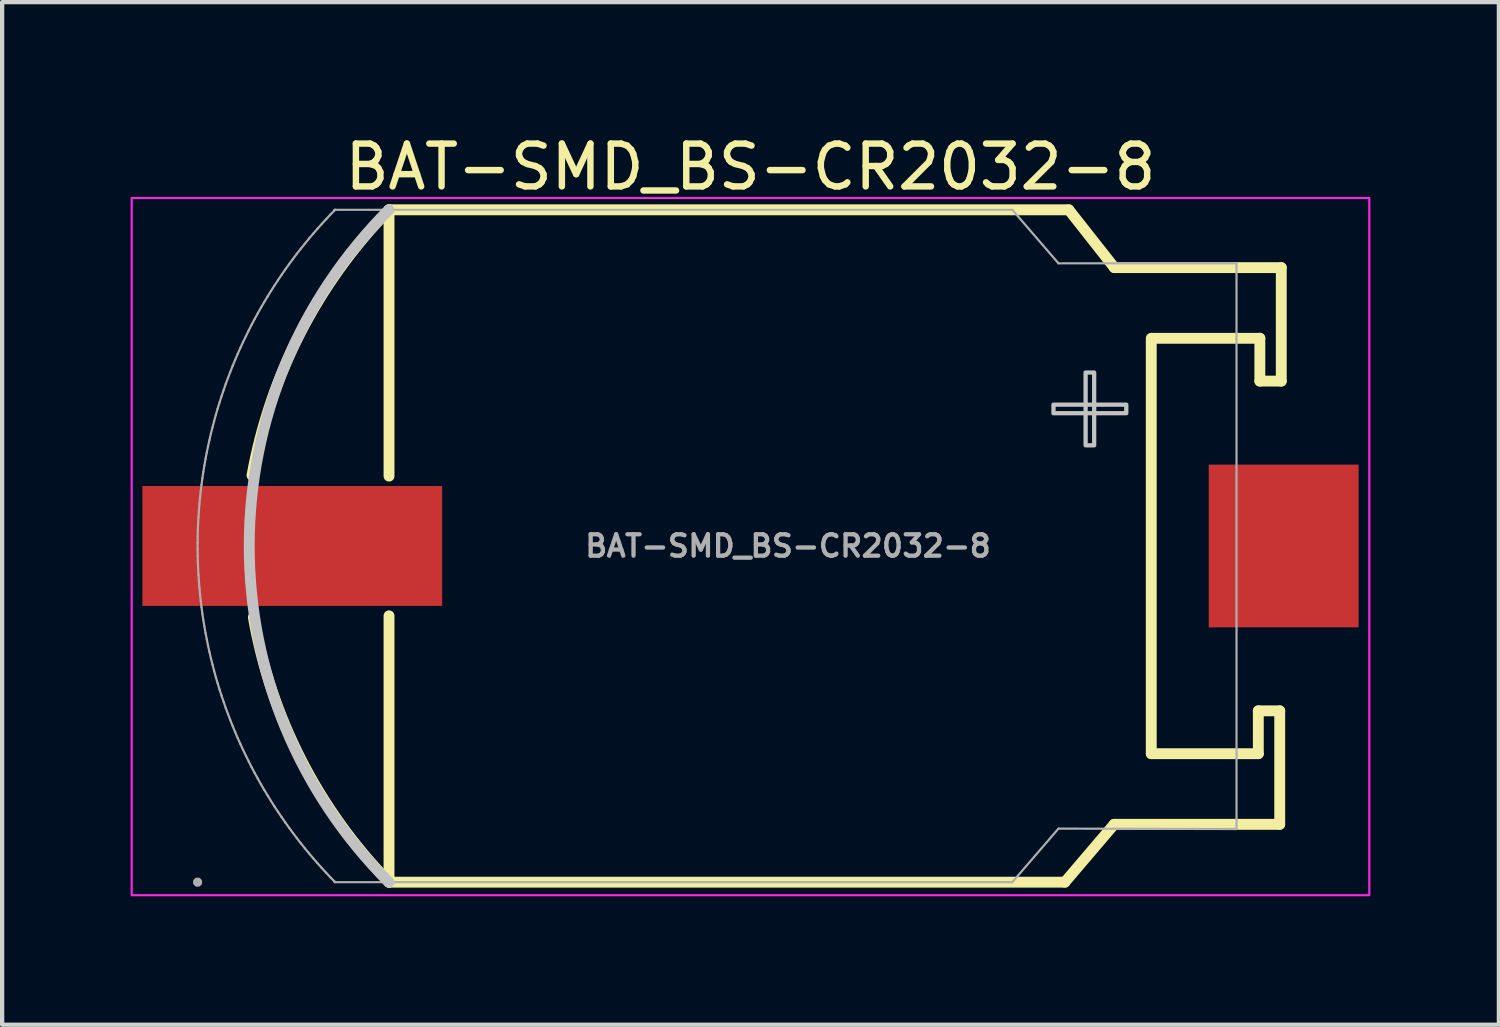
<source format=kicad_pcb>
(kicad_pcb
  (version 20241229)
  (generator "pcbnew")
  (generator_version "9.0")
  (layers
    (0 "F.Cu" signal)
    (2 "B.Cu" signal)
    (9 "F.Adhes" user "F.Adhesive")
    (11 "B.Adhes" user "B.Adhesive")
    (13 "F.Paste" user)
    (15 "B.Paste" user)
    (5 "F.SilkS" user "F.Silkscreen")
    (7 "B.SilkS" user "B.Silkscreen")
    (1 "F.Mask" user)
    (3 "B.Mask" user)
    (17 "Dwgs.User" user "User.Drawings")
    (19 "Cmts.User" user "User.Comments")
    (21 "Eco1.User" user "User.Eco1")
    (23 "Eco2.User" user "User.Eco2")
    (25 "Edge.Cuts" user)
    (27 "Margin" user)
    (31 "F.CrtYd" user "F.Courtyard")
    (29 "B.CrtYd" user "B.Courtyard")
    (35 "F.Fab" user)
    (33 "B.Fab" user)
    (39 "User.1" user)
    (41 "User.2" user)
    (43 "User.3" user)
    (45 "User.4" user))
  (footprint "BAT-SMD_BS-CR2032-8"
    (layer "F.Cu")
    (at 15.35 9.699)
    (property "Reference" "BAT-SMD_BS-CR2032-8" (at -0.875 -8.851 0) (layer "F.SilkS") (effects (font (size 1 1) (thickness 0.15))))
    (fp_line (start -9.317 -7.85) (end 6.558 -7.85) (stroke (width 0.254) (type default)) (layer "F.SilkS"))
    (fp_line (start -9.316 -1.631) (end -9.316 -7.85) (stroke (width 0.254) (type default)) (layer "F.SilkS"))
    (fp_line (start -9.316 7.85) (end -9.316 1.631) (stroke (width 0.254) (type default)) (layer "F.SilkS"))
    (fp_line (start 6.466 7.85) (end -9.316 7.85) (stroke (width 0.254) (type default)) (layer "F.SilkS"))
    (fp_line (start 6.466 7.85) (end 7.617 6.5) (stroke (width 0.254) (type default)) (layer "F.SilkS"))
    (fp_line (start 6.558 -7.85) (end 7.621 -6.5) (stroke (width 0.254) (type default)) (layer "F.SilkS"))
    (fp_line (start 7.617 6.5) (end 11.483 6.5) (stroke (width 0.254) (type default)) (layer "F.SilkS"))
    (fp_line (start 7.621 -6.5) (end 11.519 -6.5) (stroke (width 0.254) (type default)) (layer "F.SilkS"))
    (fp_line (start 8.483 4.85) (end 8.483 -4.85) (stroke (width 0.254) (type default)) (layer "F.SilkS"))
    (fp_line (start 10.983 3.85) (end 10.983 4.85) (stroke (width 0.254) (type default)) (layer "F.SilkS"))
    (fp_line (start 10.983 4.85) (end 8.483 4.85) (stroke (width 0.254) (type default)) (layer "F.SilkS"))
    (fp_line (start 11.019 -4.85) (end 8.519 -4.85) (stroke (width 0.254) (type default)) (layer "F.SilkS"))
    (fp_line (start 11.019 -3.85) (end 11.019 -4.85) (stroke (width 0.254) (type default)) (layer "F.SilkS"))
    (fp_line (start 11.483 3.85) (end 10.983 3.85) (stroke (width 0.254) (type default)) (layer "F.SilkS"))
    (fp_line (start 11.483 6.5) (end 11.483 3.85) (stroke (width 0.254) (type default)) (layer "F.SilkS"))
    (fp_line (start 11.519 -6.5) (end 11.519 -3.85) (stroke (width 0.254) (type default)) (layer "F.SilkS"))
    (fp_line (start 11.519 -3.85) (end 11.019 -3.85) (stroke (width 0.254) (type default)) (layer "F.SilkS"))
    (fp_arc (start -12.5155 -1.649) (mid -11.380456 -4.98925) (end -9.316 -7.85) (stroke (width 0.254) (type default)) (layer "F.SilkS"))
    (fp_arc (start -9.316 7.85) (mid -11.366564 4.997119) (end -12.4835 1.666) (stroke (width 0.254) (type default)) (layer "F.SilkS"))
    (fp_arc (start -9.317 7.851) (mid -12.579946 0.0005) (end -9.317 -7.85) (stroke (width 0.254) (type default)) (layer "Dwgs.User"))
    (fp_poly (pts (xy 6.2 -3.1) (xy 6.2 -3.3) (xy 7.9 -3.3) (xy 7.9 -3.1)) (stroke (width 0.1) (type default)) (fill no) (layer "Dwgs.User"))
    (fp_poly (pts (xy 7.15 -2.35) (xy 6.95 -2.35) (xy 6.95 -4.05) (xy 7.15 -4.05)) (stroke (width 0.1) (type default)) (fill no) (layer "Dwgs.User"))
    (fp_rect (start -15.325 -8.126) (end 13.575 8.155) (stroke (width 0.05) (type default)) (fill no) (layer "F.CrtYd"))
    (fp_line (start -13.786 -0.075) (end -13.786 0.075) (stroke (width 0.051) (type default)) (layer "F.Fab"))
    (fp_line (start -13.786 0.075) (end -13.784 0.227) (stroke (width 0.051) (type default)) (layer "F.Fab"))
    (fp_line (start -13.784 -0.227) (end -13.786 -0.075) (stroke (width 0.051) (type default)) (layer "F.Fab"))
    (fp_line (start -13.784 0.227) (end -13.78 0.378) (stroke (width 0.051) (type default)) (layer "F.Fab"))
    (fp_line (start -13.78 -0.378) (end -13.784 -0.227) (stroke (width 0.051) (type default)) (layer "F.Fab"))
    (fp_line (start -13.78 0.378) (end -13.774 0.529) (stroke (width 0.051) (type default)) (layer "F.Fab"))
    (fp_line (start -13.774 -0.529) (end -13.78 -0.378) (stroke (width 0.051) (type default)) (layer "F.Fab"))
    (fp_line (start -13.774 0.529) (end -13.765 0.68) (stroke (width 0.051) (type default)) (layer "F.Fab"))
    (fp_line (start -13.765 -0.68) (end -13.774 -0.529) (stroke (width 0.051) (type default)) (layer "F.Fab"))
    (fp_line (start -13.765 0.68) (end -13.755 0.831) (stroke (width 0.051) (type default)) (layer "F.Fab"))
    (fp_line (start -13.755 -0.832) (end -13.765 -0.68) (stroke (width 0.051) (type default)) (layer "F.Fab"))
    (fp_line (start -13.755 0.831) (end -13.743 0.982) (stroke (width 0.051) (type default)) (layer "F.Fab"))
    (fp_line (start -13.743 -0.982) (end -13.755 -0.832) (stroke (width 0.051) (type default)) (layer "F.Fab"))
    (fp_line (start -13.743 0.982) (end -13.729 1.133) (stroke (width 0.051) (type default)) (layer "F.Fab"))
    (fp_line (start -13.729 -1.133) (end -13.743 -0.982) (stroke (width 0.051) (type default)) (layer "F.Fab"))
    (fp_line (start -13.729 1.133) (end -13.713 1.283) (stroke (width 0.051) (type default)) (layer "F.Fab"))
    (fp_line (start -13.713 -1.283) (end -13.729 -1.133) (stroke (width 0.051) (type default)) (layer "F.Fab"))
    (fp_line (start -13.713 1.283) (end -13.694 1.433) (stroke (width 0.051) (type default)) (layer "F.Fab"))
    (fp_line (start -13.694 -1.433) (end -13.713 -1.283) (stroke (width 0.051) (type default)) (layer "F.Fab"))
    (fp_line (start -13.694 1.433) (end -13.674 1.583) (stroke (width 0.051) (type default)) (layer "F.Fab"))
    (fp_line (start -13.674 -1.583) (end -13.694 -1.433) (stroke (width 0.051) (type default)) (layer "F.Fab"))
    (fp_line (start -13.674 1.583) (end -13.652 1.732) (stroke (width 0.051) (type default)) (layer "F.Fab"))
    (fp_line (start -13.652 -1.732) (end -13.674 -1.583) (stroke (width 0.051) (type default)) (layer "F.Fab"))
    (fp_line (start -13.652 1.732) (end -13.627 1.882) (stroke (width 0.051) (type default)) (layer "F.Fab"))
    (fp_line (start -13.627 -1.882) (end -13.652 -1.732) (stroke (width 0.051) (type default)) (layer "F.Fab"))
    (fp_line (start -13.627 1.882) (end -13.601 2.031) (stroke (width 0.051) (type default)) (layer "F.Fab"))
    (fp_line (start -13.601 -2.031) (end -13.627 -1.882) (stroke (width 0.051) (type default)) (layer "F.Fab"))
    (fp_line (start -13.601 2.031) (end -13.572 2.179) (stroke (width 0.051) (type default)) (layer "F.Fab"))
    (fp_line (start -13.572 -2.179) (end -13.601 -2.031) (stroke (width 0.051) (type default)) (layer "F.Fab"))
    (fp_line (start -13.572 2.179) (end -13.542 2.328) (stroke (width 0.051) (type default)) (layer "F.Fab"))
    (fp_line (start -13.542 -2.328) (end -13.572 -2.179) (stroke (width 0.051) (type default)) (layer "F.Fab"))
    (fp_line (start -13.542 2.328) (end -13.509 2.475) (stroke (width 0.051) (type default)) (layer "F.Fab"))
    (fp_line (start -13.509 -2.475) (end -13.542 -2.328) (stroke (width 0.051) (type default)) (layer "F.Fab"))
    (fp_line (start -13.509 2.475) (end -13.475 2.623) (stroke (width 0.051) (type default)) (layer "F.Fab"))
    (fp_line (start -13.475 -2.623) (end -13.509 -2.475) (stroke (width 0.051) (type default)) (layer "F.Fab"))
    (fp_line (start -13.475 2.623) (end -13.438 2.769) (stroke (width 0.051) (type default)) (layer "F.Fab"))
    (fp_line (start -13.438 -2.769) (end -13.475 -2.623) (stroke (width 0.051) (type default)) (layer "F.Fab"))
    (fp_line (start -13.438 2.769) (end -13.4 2.916) (stroke (width 0.051) (type default)) (layer "F.Fab"))
    (fp_line (start -13.4 -2.916) (end -13.438 -2.769) (stroke (width 0.051) (type default)) (layer "F.Fab"))
    (fp_line (start -13.4 2.916) (end -13.36 3.062) (stroke (width 0.051) (type default)) (layer "F.Fab"))
    (fp_line (start -13.36 -3.062) (end -13.4 -2.916) (stroke (width 0.051) (type default)) (layer "F.Fab"))
    (fp_line (start -13.36 3.062) (end -13.318 3.207) (stroke (width 0.051) (type default)) (layer "F.Fab"))
    (fp_line (start -13.318 -3.207) (end -13.36 -3.062) (stroke (width 0.051) (type default)) (layer "F.Fab"))
    (fp_line (start -13.318 3.207) (end -13.273 3.352) (stroke (width 0.051) (type default)) (layer "F.Fab"))
    (fp_line (start -13.273 -3.352) (end -13.318 -3.207) (stroke (width 0.051) (type default)) (layer "F.Fab"))
    (fp_line (start -13.273 3.352) (end -13.227 3.495) (stroke (width 0.051) (type default)) (layer "F.Fab"))
    (fp_line (start -13.227 -3.495) (end -13.273 -3.352) (stroke (width 0.051) (type default)) (layer "F.Fab"))
    (fp_line (start -13.227 3.495) (end -13.178 3.639) (stroke (width 0.051) (type default)) (layer "F.Fab"))
    (fp_line (start -13.178 -3.639) (end -13.227 -3.495) (stroke (width 0.051) (type default)) (layer "F.Fab"))
    (fp_line (start -13.178 3.639) (end -13.129 3.781) (stroke (width 0.051) (type default)) (layer "F.Fab"))
    (fp_line (start -13.129 -3.782) (end -13.178 -3.639) (stroke (width 0.051) (type default)) (layer "F.Fab"))
    (fp_line (start -13.129 3.781) (end -13.076 3.924) (stroke (width 0.051) (type default)) (layer "F.Fab"))
    (fp_line (start -13.076 -3.924) (end -13.129 -3.782) (stroke (width 0.051) (type default)) (layer "F.Fab"))
    (fp_line (start -13.076 3.924) (end -13.023 4.065) (stroke (width 0.051) (type default)) (layer "F.Fab"))
    (fp_line (start -13.023 -4.065) (end -13.076 -3.924) (stroke (width 0.051) (type default)) (layer "F.Fab"))
    (fp_line (start -13.023 4.065) (end -12.967 4.205) (stroke (width 0.051) (type default)) (layer "F.Fab"))
    (fp_line (start -12.967 -4.205) (end -13.023 -4.065) (stroke (width 0.051) (type default)) (layer "F.Fab"))
    (fp_line (start -12.967 4.205) (end -12.909 4.346) (stroke (width 0.051) (type default)) (layer "F.Fab"))
    (fp_line (start -12.909 -4.346) (end -12.967 -4.205) (stroke (width 0.051) (type default)) (layer "F.Fab"))
    (fp_line (start -12.909 4.346) (end -12.85 4.484) (stroke (width 0.051) (type default)) (layer "F.Fab"))
    (fp_line (start -12.85 -4.484) (end -12.909 -4.346) (stroke (width 0.051) (type default)) (layer "F.Fab"))
    (fp_line (start -12.85 4.484) (end -12.788 4.622) (stroke (width 0.051) (type default)) (layer "F.Fab"))
    (fp_line (start -12.788 -4.623) (end -12.85 -4.484) (stroke (width 0.051) (type default)) (layer "F.Fab"))
    (fp_line (start -12.788 4.622) (end -12.725 4.76) (stroke (width 0.051) (type default)) (layer "F.Fab"))
    (fp_line (start -12.725 -4.76) (end -12.788 -4.623) (stroke (width 0.051) (type default)) (layer "F.Fab"))
    (fp_line (start -12.725 4.76) (end -12.659 4.896) (stroke (width 0.051) (type default)) (layer "F.Fab"))
    (fp_line (start -12.659 -4.896) (end -12.725 -4.76) (stroke (width 0.051) (type default)) (layer "F.Fab"))
    (fp_line (start -12.659 4.896) (end -12.592 5.032) (stroke (width 0.051) (type default)) (layer "F.Fab"))
    (fp_line (start -12.592 -5.032) (end -12.659 -4.896) (stroke (width 0.051) (type default)) (layer "F.Fab"))
    (fp_line (start -12.592 5.032) (end -12.524 5.167) (stroke (width 0.051) (type default)) (layer "F.Fab"))
    (fp_line (start -12.524 -5.167) (end -12.592 -5.032) (stroke (width 0.051) (type default)) (layer "F.Fab"))
    (fp_line (start -12.524 5.167) (end -12.453 5.301) (stroke (width 0.051) (type default)) (layer "F.Fab"))
    (fp_line (start -12.453 -5.301) (end -12.524 -5.167) (stroke (width 0.051) (type default)) (layer "F.Fab"))
    (fp_line (start -12.453 5.301) (end -12.38 5.434) (stroke (width 0.051) (type default)) (layer "F.Fab"))
    (fp_line (start -12.38 -5.434) (end -12.453 -5.301) (stroke (width 0.051) (type default)) (layer "F.Fab"))
    (fp_line (start -12.38 5.434) (end -12.306 5.565) (stroke (width 0.051) (type default)) (layer "F.Fab"))
    (fp_line (start -12.306 -5.565) (end -12.38 -5.434) (stroke (width 0.051) (type default)) (layer "F.Fab"))
    (fp_line (start -12.306 5.565) (end -12.23 5.696) (stroke (width 0.051) (type default)) (layer "F.Fab"))
    (fp_line (start -12.23 -5.696) (end -12.306 -5.565) (stroke (width 0.051) (type default)) (layer "F.Fab"))
    (fp_line (start -12.23 5.696) (end -12.152 5.825) (stroke (width 0.051) (type default)) (layer "F.Fab"))
    (fp_line (start -12.152 -5.825) (end -12.23 -5.696) (stroke (width 0.051) (type default)) (layer "F.Fab"))
    (fp_line (start -12.152 5.825) (end -12.072 5.955) (stroke (width 0.051) (type default)) (layer "F.Fab"))
    (fp_line (start -12.072 -5.955) (end -12.152 -5.825) (stroke (width 0.051) (type default)) (layer "F.Fab"))
    (fp_line (start -12.072 5.955) (end -11.991 6.082) (stroke (width 0.051) (type default)) (layer "F.Fab"))
    (fp_line (start -11.991 -6.082) (end -12.072 -5.955) (stroke (width 0.051) (type default)) (layer "F.Fab"))
    (fp_line (start -11.991 6.082) (end -11.908 6.208) (stroke (width 0.051) (type default)) (layer "F.Fab"))
    (fp_line (start -11.908 -6.208) (end -11.991 -6.082) (stroke (width 0.051) (type default)) (layer "F.Fab"))
    (fp_line (start -11.908 6.208) (end -11.823 6.333) (stroke (width 0.051) (type default)) (layer "F.Fab"))
    (fp_line (start -11.823 -6.334) (end -11.908 -6.208) (stroke (width 0.051) (type default)) (layer "F.Fab"))
    (fp_line (start -11.823 6.333) (end -11.737 6.458) (stroke (width 0.051) (type default)) (layer "F.Fab"))
    (fp_line (start -11.737 -6.458) (end -11.823 -6.334) (stroke (width 0.051) (type default)) (layer "F.Fab"))
    (fp_line (start -11.737 6.458) (end -11.649 6.581) (stroke (width 0.051) (type default)) (layer "F.Fab"))
    (fp_line (start -11.649 -6.581) (end -11.737 -6.458) (stroke (width 0.051) (type default)) (layer "F.Fab"))
    (fp_line (start -11.649 6.581) (end -11.559 6.702) (stroke (width 0.051) (type default)) (layer "F.Fab"))
    (fp_line (start -11.559 -6.703) (end -11.649 -6.581) (stroke (width 0.051) (type default)) (layer "F.Fab"))
    (fp_line (start -11.559 6.702) (end -11.468 6.824) (stroke (width 0.051) (type default)) (layer "F.Fab"))
    (fp_line (start -11.468 -6.824) (end -11.559 -6.703) (stroke (width 0.051) (type default)) (layer "F.Fab"))
    (fp_line (start -11.468 6.824) (end -11.375 6.942) (stroke (width 0.051) (type default)) (layer "F.Fab"))
    (fp_line (start -11.375 -6.942) (end -11.468 -6.824) (stroke (width 0.051) (type default)) (layer "F.Fab"))
    (fp_line (start -11.375 6.942) (end -11.28 7.061) (stroke (width 0.051) (type default)) (layer "F.Fab"))
    (fp_line (start -11.28 -7.061) (end -11.375 -6.942) (stroke (width 0.051) (type default)) (layer "F.Fab"))
    (fp_line (start -11.28 7.061) (end -11.184 7.178) (stroke (width 0.051) (type default)) (layer "F.Fab"))
    (fp_line (start -11.184 -7.178) (end -11.28 -7.061) (stroke (width 0.051) (type default)) (layer "F.Fab"))
    (fp_line (start -11.184 7.178) (end -11.086 7.293) (stroke (width 0.051) (type default)) (layer "F.Fab"))
    (fp_line (start -11.086 -7.293) (end -11.184 -7.178) (stroke (width 0.051) (type default)) (layer "F.Fab"))
    (fp_line (start -11.086 7.293) (end -10.987 7.407) (stroke (width 0.051) (type default)) (layer "F.Fab"))
    (fp_line (start -10.987 -7.407) (end -11.086 -7.293) (stroke (width 0.051) (type default)) (layer "F.Fab"))
    (fp_line (start -10.987 7.407) (end -10.886 7.52) (stroke (width 0.051) (type default)) (layer "F.Fab"))
    (fp_line (start -10.886 -7.52) (end -10.987 -7.407) (stroke (width 0.051) (type default)) (layer "F.Fab"))
    (fp_line (start -10.886 7.52) (end -10.784 7.631) (stroke (width 0.051) (type default)) (layer "F.Fab"))
    (fp_line (start -10.784 -7.631) (end -10.886 -7.52) (stroke (width 0.051) (type default)) (layer "F.Fab"))
    (fp_line (start -10.784 7.631) (end -10.681 7.742) (stroke (width 0.051) (type default)) (layer "F.Fab"))
    (fp_line (start -10.681 -7.742) (end -10.784 -7.631) (stroke (width 0.051) (type default)) (layer "F.Fab"))
    (fp_line (start -10.681 7.742) (end -10.585 7.84) (stroke (width 0.051) (type default)) (layer "F.Fab"))
    (fp_line (start -10.585 -7.85) (end -10.585 -7.84) (stroke (width 0.051) (type default)) (layer "F.Fab"))
    (fp_line (start -10.585 -7.84) (end -10.681 -7.742) (stroke (width 0.051) (type default)) (layer "F.Fab"))
    (fp_line (start -10.585 7.84) (end -10.585 7.85) (stroke (width 0.051) (type default)) (layer "F.Fab"))
    (fp_line (start -10.585 7.85) (end 5.239 7.85) (stroke (width 0.051) (type default)) (layer "F.Fab"))
    (fp_line (start -10.575 -7.85) (end -10.585 -7.85) (stroke (width 0.051) (type default)) (layer "F.Fab"))
    (fp_line (start 5.239 -7.85) (end -10.575 -7.85) (stroke (width 0.051) (type default)) (layer "F.Fab"))
    (fp_line (start 5.239 7.85) (end 6.316 6.6) (stroke (width 0.051) (type default)) (layer "F.Fab"))
    (fp_line (start 6.316 -6.6) (end 5.239 -7.85) (stroke (width 0.051) (type default)) (layer "F.Fab"))
    (fp_line (start 6.316 6.6) (end 10.474 6.61) (stroke (width 0.051) (type default)) (layer "F.Fab"))
    (fp_line (start 10.474 -6.601) (end 6.316 -6.6) (stroke (width 0.051) (type default)) (layer "F.Fab"))
    (fp_line (start 10.474 6.61) (end 10.474 -6.601) (stroke (width 0.051) (type default)) (layer "F.Fab"))
    (fp_poly (pts (xy -13.731 7.827) (xy -13.763 7.795) (xy -13.809 7.795) (xy -13.841 7.827) (xy -13.841 7.873) (xy -13.809 7.905) (xy -13.763 7.905) (xy -13.731 7.873)) (stroke (width 0.1) (type default)) (fill no) (layer "F.Fab"))
    (fp_poly (pts (xy -13.325 -0.9) (xy -9.825 -0.9) (xy -9.825 0.9) (xy -13.325 0.9)) (stroke (width 0.1) (type default)) (fill no) (layer "User.1"))
    (fp_poly (pts (xy 9.575 -1.4) (xy 12.075 -1.4) (xy 12.075 1.4) (xy 9.575 1.4)) (stroke (width 0.1) (type default)) (fill no) (layer "User.1"))
    (fp_text user "${REFERENCE}" (at 0 0 0) (layer "F.Fab") (effects (font (size 0.5 0.5) (thickness 0.1))))
    (pad "1" smd rect (at -11.575 0) (size 7 2.8) (layers "F.Cu" "F.Mask" "F.Paste"))
    (pad "2" smd rect (at 11.575 0) (size 3.5 3.8) (layers "F.Cu" "F.Mask" "F.Paste")))
  (gr_rect
    (start -3 -3)
    (end 31.95 20.879)
    (stroke (width 0.1) (type default))
    (fill no)
    (layer "Edge.Cuts")))
</source>
